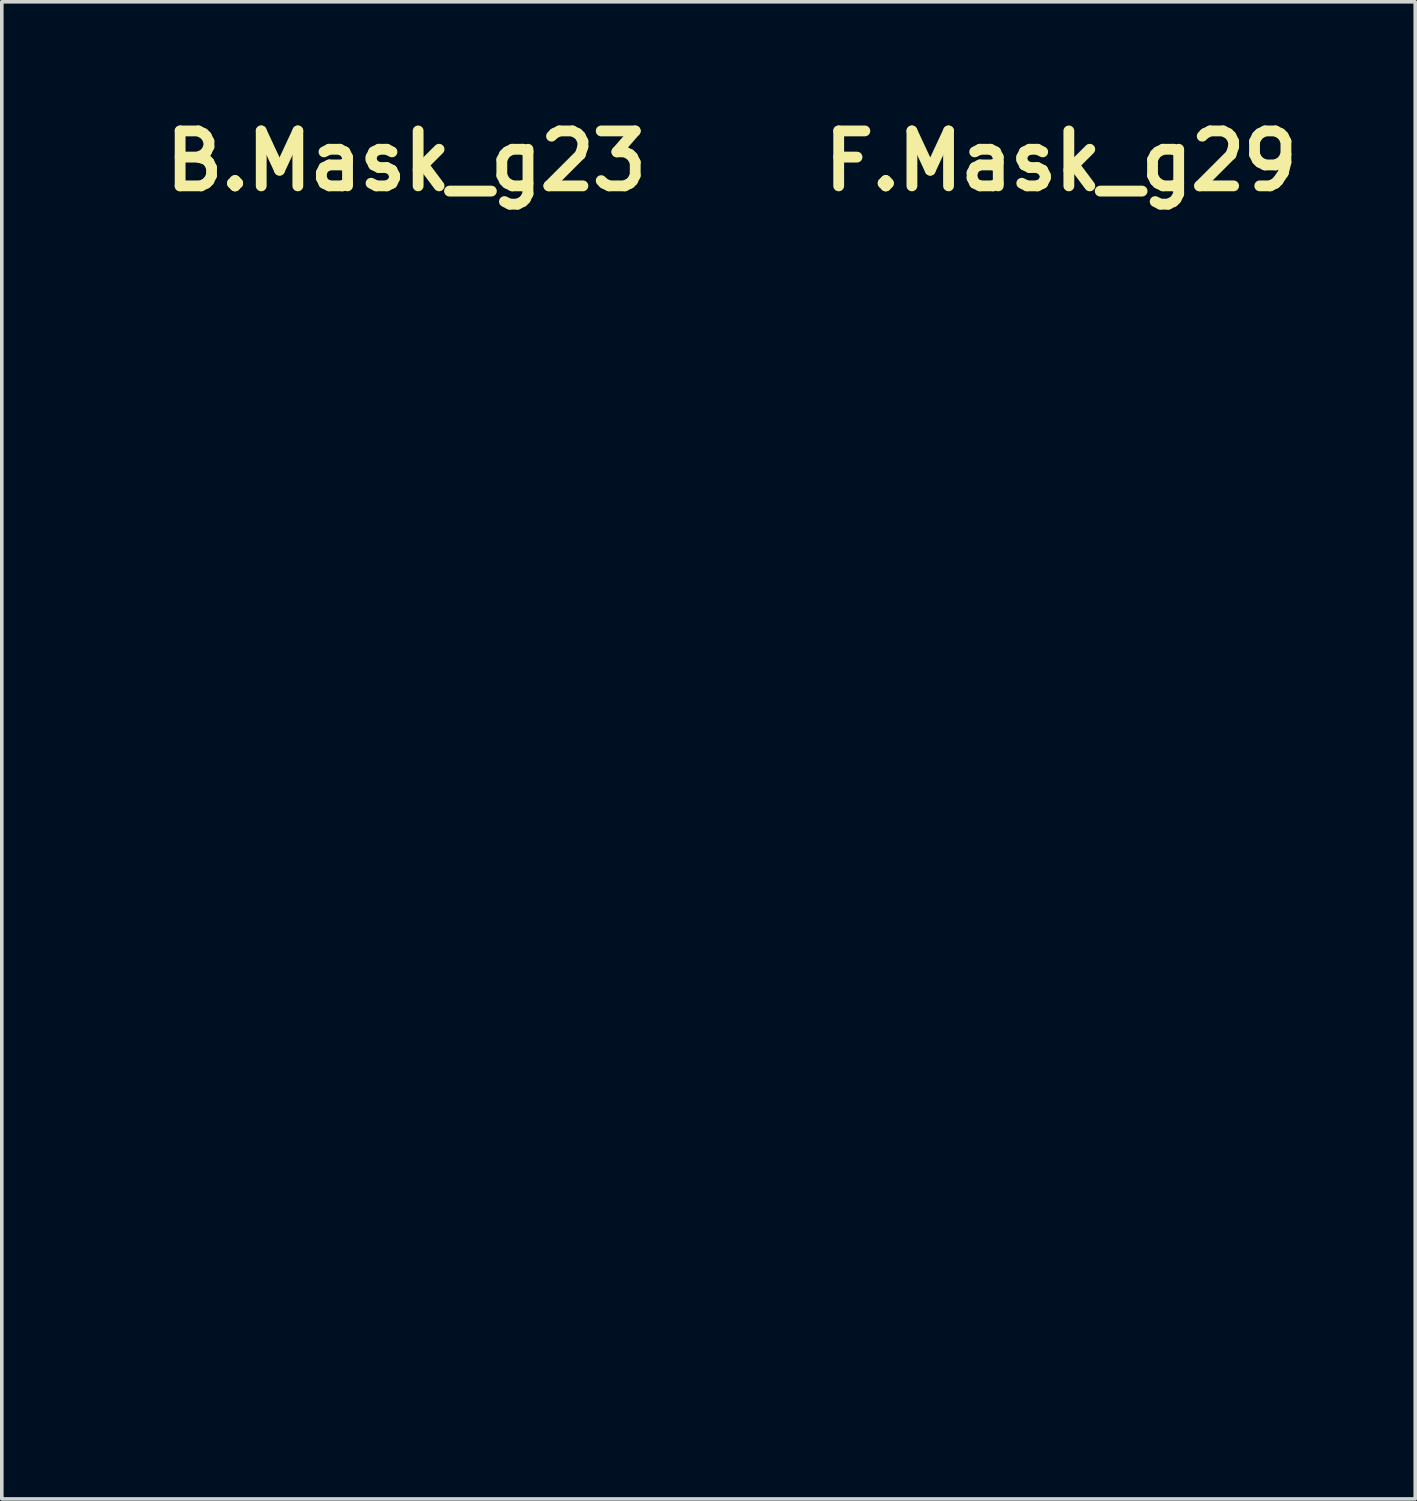
<source format=kicad_pcb>
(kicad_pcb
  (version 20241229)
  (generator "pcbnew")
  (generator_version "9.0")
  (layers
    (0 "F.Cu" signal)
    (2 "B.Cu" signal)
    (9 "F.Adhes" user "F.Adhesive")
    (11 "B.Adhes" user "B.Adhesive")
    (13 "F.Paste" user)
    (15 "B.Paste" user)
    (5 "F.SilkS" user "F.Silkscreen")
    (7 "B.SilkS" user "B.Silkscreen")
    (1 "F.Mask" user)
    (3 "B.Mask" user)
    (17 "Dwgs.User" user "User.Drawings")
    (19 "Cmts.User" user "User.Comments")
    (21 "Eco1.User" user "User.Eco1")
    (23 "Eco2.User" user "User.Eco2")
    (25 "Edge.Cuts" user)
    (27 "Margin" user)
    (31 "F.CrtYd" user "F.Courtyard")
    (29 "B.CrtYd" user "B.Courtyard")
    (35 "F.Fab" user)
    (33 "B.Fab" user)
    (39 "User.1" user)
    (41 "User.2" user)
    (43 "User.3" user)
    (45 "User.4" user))
  (footprint "F.Mask_g29"
    (layer "F.Cu")
    (at 26.391 1.418)
    (property "Reference" "F.Mask_g29" (at 0 0 0) (layer "F.SilkS") (effects (font (size 1.524 1.524) (thickness 0.3))))
    (attr through_hole)
    (fp_poly (pts (xy -6.533 1.808) (xy -6.453 1.816) (xy -6.295 1.847) (xy -6.144 1.893) (xy -5.999 1.954) (xy -5.862 2.028) (xy -5.733 2.116) (xy -5.614 2.215) (xy -5.505 2.326) (xy -5.408 2.448) (xy -5.323 2.58) (xy -5.252 2.721) (xy -5.204 2.842) (xy -5.159 2.997) (xy -5.13 3.155) (xy -5.118 3.313) (xy -5.121 3.47) (xy -5.141 3.626) (xy -5.176 3.779) (xy -5.227 3.928) (xy -5.293 4.073) (xy -5.374 4.211) (xy -5.431 4.291) (xy -5.535 4.415) (xy -5.65 4.526) (xy -5.774 4.623) (xy -5.908 4.708) (xy -6.05 4.778) (xy -6.2 4.834) (xy -6.355 4.874) (xy -6.516 4.899) (xy -6.545 4.902) (xy -6.606 4.907) (xy -6.657 4.909) (xy -6.707 4.909) (xy -6.76 4.906) (xy -6.812 4.901) (xy -6.97 4.879) (xy -7.122 4.841) (xy -7.268 4.789) (xy -7.406 4.722) (xy -7.537 4.643) (xy -7.66 4.551) (xy -7.772 4.448) (xy -7.874 4.335) (xy -7.965 4.211) (xy -8.044 4.079) (xy -8.109 3.938) (xy -8.161 3.791) (xy -8.198 3.636) (xy -8.208 3.572) (xy -8.218 3.478) (xy -8.221 3.376) (xy -8.219 3.27) (xy -8.211 3.166) (xy -8.198 3.068) (xy -8.182 2.993) (xy -8.135 2.839) (xy -8.073 2.69) (xy -7.997 2.548) (xy -7.907 2.414) (xy -7.836 2.326) (xy -7.731 2.219) (xy -7.614 2.12) (xy -7.486 2.033) (xy -7.349 1.958) (xy -7.204 1.896) (xy -7.055 1.848) (xy -7.032 1.842) (xy -6.944 1.825) (xy -6.845 1.812) (xy -6.74 1.805) (xy -6.634 1.804) (xy -6.533 1.808)) (stroke (width 0.01) (type solid)) (fill yes) (layer "F.Mask"))
    (fp_poly (pts (xy -6.557 31.017) (xy -6.474 31.024) (xy -6.4 31.033) (xy -6.371 31.038) (xy -6.215 31.078) (xy -6.065 31.133) (xy -5.922 31.202) (xy -5.788 31.285) (xy -5.664 31.381) (xy -5.55 31.488) (xy -5.447 31.606) (xy -5.356 31.735) (xy -5.278 31.874) (xy -5.23 31.983) (xy -5.206 32.045) (xy -5.187 32.098) (xy -5.172 32.149) (xy -5.159 32.203) (xy -5.148 32.253) (xy -5.124 32.41) (xy -5.117 32.568) (xy -5.126 32.725) (xy -5.15 32.881) (xy -5.19 33.034) (xy -5.245 33.182) (xy -5.315 33.324) (xy -5.399 33.458) (xy -5.436 33.508) (xy -5.54 33.63) (xy -5.655 33.74) (xy -5.781 33.838) (xy -5.915 33.921) (xy -6.057 33.991) (xy -6.207 34.046) (xy -6.362 34.086) (xy -6.523 34.11) (xy -6.549 34.112) (xy -6.598 34.116) (xy -6.637 34.118) (xy -6.672 34.119) (xy -6.707 34.118) (xy -6.748 34.116) (xy -6.8 34.112) (xy -6.805 34.111) (xy -6.963 34.09) (xy -7.115 34.053) (xy -7.262 34.001) (xy -7.403 33.934) (xy -7.535 33.854) (xy -7.659 33.761) (xy -7.774 33.656) (xy -7.878 33.539) (xy -7.971 33.412) (xy -8.052 33.274) (xy -8.119 33.127) (xy -8.125 33.111) (xy -8.166 32.985) (xy -8.196 32.85) (xy -8.214 32.709) (xy -8.221 32.567) (xy -8.217 32.426) (xy -8.2 32.29) (xy -8.182 32.203) (xy -8.135 32.048) (xy -8.074 31.899) (xy -7.999 31.759) (xy -7.91 31.627) (xy -7.81 31.507) (xy -7.697 31.398) (xy -7.675 31.379) (xy -7.544 31.279) (xy -7.406 31.196) (xy -7.262 31.127) (xy -7.111 31.074) (xy -6.952 31.037) (xy -6.883 31.026) (xy -6.813 31.018) (xy -6.732 31.015) (xy -6.645 31.014) (xy -6.557 31.017)) (stroke (width 0.01) (type solid)) (fill yes) (layer "F.Mask")))
  (footprint "B.Mask_g23"
    (layer "F.Cu")
    (at 8.226 1.418)
    (property "Reference" "B.Mask_g23" (at 0 0 0) (layer "F.SilkS") (effects (font (size 1.524 1.524) (thickness 0.3))))
    (attr through_hole)
    (fp_poly (pts (xy -6.533 1.808) (xy -6.453 1.816) (xy -6.295 1.847) (xy -6.144 1.893) (xy -5.999 1.954) (xy -5.862 2.028) (xy -5.733 2.116) (xy -5.614 2.215) (xy -5.505 2.326) (xy -5.408 2.448) (xy -5.323 2.58) (xy -5.252 2.721) (xy -5.204 2.842) (xy -5.159 2.997) (xy -5.13 3.155) (xy -5.118 3.313) (xy -5.121 3.47) (xy -5.141 3.626) (xy -5.176 3.779) (xy -5.227 3.928) (xy -5.293 4.073) (xy -5.374 4.211) (xy -5.431 4.291) (xy -5.535 4.415) (xy -5.65 4.526) (xy -5.774 4.623) (xy -5.908 4.708) (xy -6.05 4.778) (xy -6.2 4.834) (xy -6.355 4.874) (xy -6.516 4.899) (xy -6.545 4.902) (xy -6.606 4.907) (xy -6.657 4.909) (xy -6.707 4.909) (xy -6.76 4.906) (xy -6.812 4.901) (xy -6.97 4.879) (xy -7.122 4.841) (xy -7.268 4.789) (xy -7.406 4.722) (xy -7.537 4.643) (xy -7.66 4.551) (xy -7.772 4.448) (xy -7.874 4.335) (xy -7.965 4.211) (xy -8.044 4.079) (xy -8.109 3.938) (xy -8.161 3.791) (xy -8.198 3.636) (xy -8.208 3.572) (xy -8.218 3.478) (xy -8.221 3.376) (xy -8.219 3.27) (xy -8.211 3.166) (xy -8.198 3.068) (xy -8.182 2.993) (xy -8.135 2.839) (xy -8.073 2.69) (xy -7.997 2.548) (xy -7.907 2.414) (xy -7.836 2.326) (xy -7.731 2.219) (xy -7.614 2.12) (xy -7.486 2.033) (xy -7.349 1.958) (xy -7.204 1.896) (xy -7.055 1.848) (xy -7.032 1.842) (xy -6.944 1.825) (xy -6.845 1.812) (xy -6.74 1.805) (xy -6.634 1.804) (xy -6.533 1.808)) (stroke (width 0.01) (type solid)) (fill yes) (layer "B.Mask"))
    (fp_poly (pts (xy -6.557 31.017) (xy -6.474 31.024) (xy -6.4 31.033) (xy -6.371 31.038) (xy -6.215 31.078) (xy -6.065 31.133) (xy -5.922 31.202) (xy -5.788 31.285) (xy -5.664 31.381) (xy -5.55 31.488) (xy -5.447 31.606) (xy -5.356 31.735) (xy -5.278 31.874) (xy -5.23 31.983) (xy -5.206 32.045) (xy -5.187 32.098) (xy -5.172 32.149) (xy -5.159 32.203) (xy -5.148 32.253) (xy -5.124 32.41) (xy -5.117 32.568) (xy -5.126 32.725) (xy -5.15 32.881) (xy -5.19 33.034) (xy -5.245 33.182) (xy -5.315 33.324) (xy -5.399 33.458) (xy -5.436 33.508) (xy -5.54 33.63) (xy -5.655 33.74) (xy -5.781 33.838) (xy -5.915 33.921) (xy -6.057 33.991) (xy -6.207 34.046) (xy -6.362 34.086) (xy -6.523 34.11) (xy -6.549 34.112) (xy -6.598 34.116) (xy -6.637 34.118) (xy -6.672 34.119) (xy -6.707 34.118) (xy -6.748 34.116) (xy -6.8 34.112) (xy -6.805 34.111) (xy -6.963 34.09) (xy -7.115 34.053) (xy -7.262 34.001) (xy -7.403 33.934) (xy -7.535 33.854) (xy -7.659 33.761) (xy -7.774 33.656) (xy -7.878 33.539) (xy -7.971 33.412) (xy -8.052 33.274) (xy -8.119 33.127) (xy -8.125 33.111) (xy -8.166 32.985) (xy -8.196 32.85) (xy -8.214 32.709) (xy -8.221 32.567) (xy -8.217 32.426) (xy -8.2 32.29) (xy -8.182 32.203) (xy -8.135 32.048) (xy -8.074 31.899) (xy -7.999 31.759) (xy -7.91 31.627) (xy -7.81 31.507) (xy -7.697 31.398) (xy -7.675 31.379) (xy -7.544 31.279) (xy -7.406 31.196) (xy -7.262 31.127) (xy -7.111 31.074) (xy -6.952 31.037) (xy -6.883 31.026) (xy -6.813 31.018) (xy -6.732 31.015) (xy -6.645 31.014) (xy -6.557 31.017)) (stroke (width 0.01) (type solid)) (fill yes) (layer "B.Mask")))
  (gr_rect
    (start -3 -3)
    (end 36.22 38.542)
    (stroke (width 0.1) (type default))
    (fill no)
    (layer "Edge.Cuts")))
</source>
